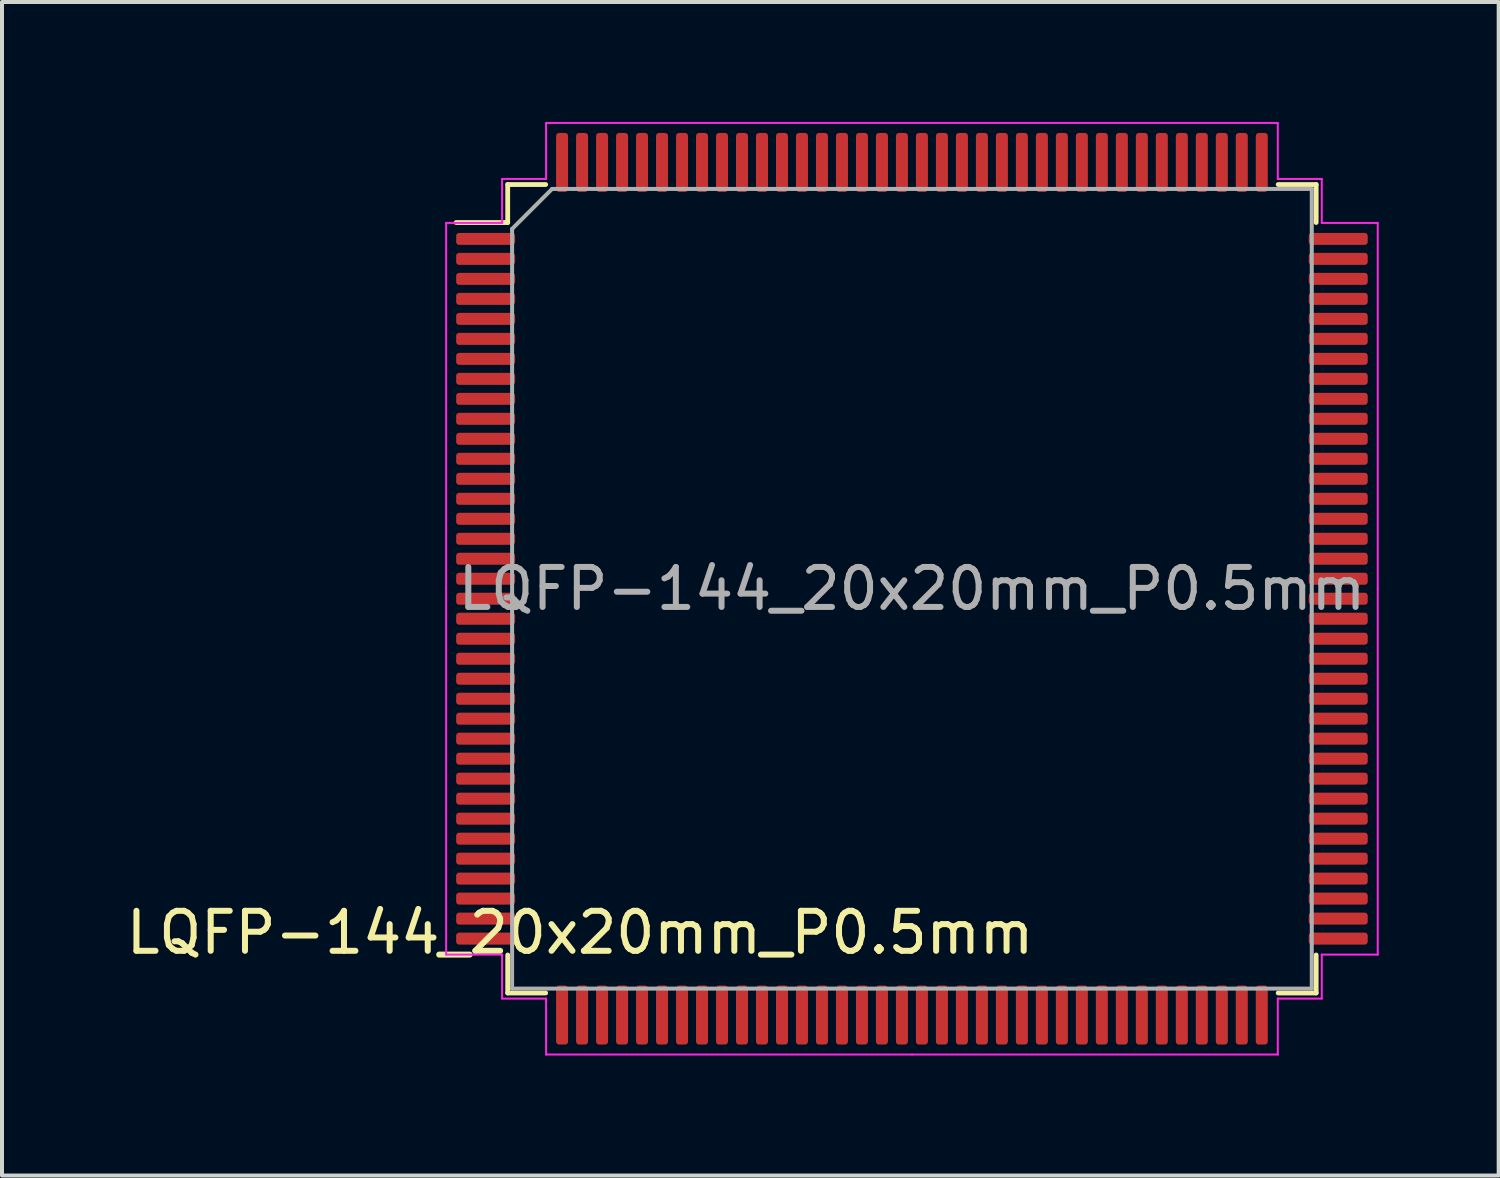
<source format=kicad_pcb>
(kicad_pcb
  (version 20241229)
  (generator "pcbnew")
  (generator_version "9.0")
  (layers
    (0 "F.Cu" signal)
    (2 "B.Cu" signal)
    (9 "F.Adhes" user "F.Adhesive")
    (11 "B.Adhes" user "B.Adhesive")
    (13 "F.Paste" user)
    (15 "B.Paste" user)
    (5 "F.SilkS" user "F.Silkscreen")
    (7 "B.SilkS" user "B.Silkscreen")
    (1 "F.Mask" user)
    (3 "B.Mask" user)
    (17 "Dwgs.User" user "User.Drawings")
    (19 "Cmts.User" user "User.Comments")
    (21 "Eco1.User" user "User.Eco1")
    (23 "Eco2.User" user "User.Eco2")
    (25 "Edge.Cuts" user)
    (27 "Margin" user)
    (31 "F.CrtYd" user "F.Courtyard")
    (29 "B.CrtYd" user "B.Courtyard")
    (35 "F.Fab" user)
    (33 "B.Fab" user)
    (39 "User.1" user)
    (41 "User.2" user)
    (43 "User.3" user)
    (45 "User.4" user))
  (footprint "LQFP-144_20x20mm_P0.5mm"
    (layer "F.Cu")
    (at 19.758 11.675)
    (property "Reference" "LQFP-144_20x20mm_P0.5mm" (at -8.3 8.6 0) (layer "F.SilkS") (effects (font (size 1 1) (thickness 0.15))))
    (attr smd)
    (fp_line (start -10.11 -10.11) (end -10.11 -9.16) (stroke (width 0.12) (type solid)) (layer "F.SilkS"))
    (fp_line (start -10.11 -9.16) (end -11.4 -9.16) (stroke (width 0.12) (type solid)) (layer "F.SilkS"))
    (fp_line (start -10.11 10.11) (end -10.11 9.16) (stroke (width 0.12) (type solid)) (layer "F.SilkS"))
    (fp_line (start -9.16 -10.11) (end -10.11 -10.11) (stroke (width 0.12) (type solid)) (layer "F.SilkS"))
    (fp_line (start -9.16 10.11) (end -10.11 10.11) (stroke (width 0.12) (type solid)) (layer "F.SilkS"))
    (fp_line (start 9.16 -10.11) (end 10.11 -10.11) (stroke (width 0.12) (type solid)) (layer "F.SilkS"))
    (fp_line (start 9.16 10.11) (end 10.11 10.11) (stroke (width 0.12) (type solid)) (layer "F.SilkS"))
    (fp_line (start 10.11 -10.11) (end 10.11 -9.16) (stroke (width 0.12) (type solid)) (layer "F.SilkS"))
    (fp_line (start 10.11 10.11) (end 10.11 9.16) (stroke (width 0.12) (type solid)) (layer "F.SilkS"))
    (fp_line (start -11.65 -9.15) (end -11.65 0) (stroke (width 0.05) (type solid)) (layer "F.CrtYd"))
    (fp_line (start -11.65 9.15) (end -11.65 0) (stroke (width 0.05) (type solid)) (layer "F.CrtYd"))
    (fp_line (start -10.25 -10.25) (end -10.25 -9.15) (stroke (width 0.05) (type solid)) (layer "F.CrtYd"))
    (fp_line (start -10.25 -9.15) (end -11.65 -9.15) (stroke (width 0.05) (type solid)) (layer "F.CrtYd"))
    (fp_line (start -10.25 9.15) (end -11.65 9.15) (stroke (width 0.05) (type solid)) (layer "F.CrtYd"))
    (fp_line (start -10.25 10.25) (end -10.25 9.15) (stroke (width 0.05) (type solid)) (layer "F.CrtYd"))
    (fp_line (start -9.15 -11.65) (end -9.15 -10.25) (stroke (width 0.05) (type solid)) (layer "F.CrtYd"))
    (fp_line (start -9.15 -10.25) (end -10.25 -10.25) (stroke (width 0.05) (type solid)) (layer "F.CrtYd"))
    (fp_line (start -9.15 10.25) (end -10.25 10.25) (stroke (width 0.05) (type solid)) (layer "F.CrtYd"))
    (fp_line (start -9.15 11.65) (end -9.15 10.25) (stroke (width 0.05) (type solid)) (layer "F.CrtYd"))
    (fp_line (start 0 -11.65) (end -9.15 -11.65) (stroke (width 0.05) (type solid)) (layer "F.CrtYd"))
    (fp_line (start 0 -11.65) (end 9.15 -11.65) (stroke (width 0.05) (type solid)) (layer "F.CrtYd"))
    (fp_line (start 0 11.65) (end -9.15 11.65) (stroke (width 0.05) (type solid)) (layer "F.CrtYd"))
    (fp_line (start 0 11.65) (end 9.15 11.65) (stroke (width 0.05) (type solid)) (layer "F.CrtYd"))
    (fp_line (start 9.15 -11.65) (end 9.15 -10.25) (stroke (width 0.05) (type solid)) (layer "F.CrtYd"))
    (fp_line (start 9.15 -10.25) (end 10.25 -10.25) (stroke (width 0.05) (type solid)) (layer "F.CrtYd"))
    (fp_line (start 9.15 10.25) (end 10.25 10.25) (stroke (width 0.05) (type solid)) (layer "F.CrtYd"))
    (fp_line (start 9.15 11.65) (end 9.15 10.25) (stroke (width 0.05) (type solid)) (layer "F.CrtYd"))
    (fp_line (start 10.25 -10.25) (end 10.25 -9.15) (stroke (width 0.05) (type solid)) (layer "F.CrtYd"))
    (fp_line (start 10.25 -9.15) (end 11.65 -9.15) (stroke (width 0.05) (type solid)) (layer "F.CrtYd"))
    (fp_line (start 10.25 9.15) (end 11.65 9.15) (stroke (width 0.05) (type solid)) (layer "F.CrtYd"))
    (fp_line (start 10.25 10.25) (end 10.25 9.15) (stroke (width 0.05) (type solid)) (layer "F.CrtYd"))
    (fp_line (start 11.65 -9.15) (end 11.65 0) (stroke (width 0.05) (type solid)) (layer "F.CrtYd"))
    (fp_line (start 11.65 9.15) (end 11.65 0) (stroke (width 0.05) (type solid)) (layer "F.CrtYd"))
    (fp_line (start -10 -9) (end -9 -10) (stroke (width 0.1) (type solid)) (layer "F.Fab"))
    (fp_line (start -10 10) (end -10 -9) (stroke (width 0.1) (type solid)) (layer "F.Fab"))
    (fp_line (start -9 -10) (end 10 -10) (stroke (width 0.1) (type solid)) (layer "F.Fab"))
    (fp_line (start 10 -10) (end 10 10) (stroke (width 0.1) (type solid)) (layer "F.Fab"))
    (fp_line (start 10 10) (end -10 10) (stroke (width 0.1) (type solid)) (layer "F.Fab"))
    (fp_text user "${REFERENCE}" (at 0 0 0) (layer "F.Fab") (effects (font (size 1 1) (thickness 0.15))))
    (pad "1" smd roundrect (at -10.662 -8.75 180) (size 1.475 0.3) (layers "F.Cu" "F.Mask" "F.Paste") (roundrect_rratio 0.25))
    (pad "2" smd roundrect (at -10.662 -8.25 180) (size 1.475 0.3) (layers "F.Cu" "F.Mask" "F.Paste") (roundrect_rratio 0.25))
    (pad "3" smd roundrect (at -10.662 -7.75 180) (size 1.475 0.3) (layers "F.Cu" "F.Mask" "F.Paste") (roundrect_rratio 0.25))
    (pad "4" smd roundrect (at -10.662 -7.25 180) (size 1.475 0.3) (layers "F.Cu" "F.Mask" "F.Paste") (roundrect_rratio 0.25))
    (pad "5" smd roundrect (at -10.662 -6.75 180) (size 1.475 0.3) (layers "F.Cu" "F.Mask" "F.Paste") (roundrect_rratio 0.25))
    (pad "6" smd roundrect (at -10.662 -6.25 180) (size 1.475 0.3) (layers "F.Cu" "F.Mask" "F.Paste") (roundrect_rratio 0.25))
    (pad "7" smd roundrect (at -10.662 -5.75 180) (size 1.475 0.3) (layers "F.Cu" "F.Mask" "F.Paste") (roundrect_rratio 0.25))
    (pad "8" smd roundrect (at -10.662 -5.25 180) (size 1.475 0.3) (layers "F.Cu" "F.Mask" "F.Paste") (roundrect_rratio 0.25))
    (pad "9" smd roundrect (at -10.662 -4.75 180) (size 1.475 0.3) (layers "F.Cu" "F.Mask" "F.Paste") (roundrect_rratio 0.25))
    (pad "10" smd roundrect (at -10.662 -4.25 180) (size 1.475 0.3) (layers "F.Cu" "F.Mask" "F.Paste") (roundrect_rratio 0.25))
    (pad "11" smd roundrect (at -10.662 -3.75 180) (size 1.475 0.3) (layers "F.Cu" "F.Mask" "F.Paste") (roundrect_rratio 0.25))
    (pad "12" smd roundrect (at -10.662 -3.25 180) (size 1.475 0.3) (layers "F.Cu" "F.Mask" "F.Paste") (roundrect_rratio 0.25))
    (pad "13" smd roundrect (at -10.662 -2.75 180) (size 1.475 0.3) (layers "F.Cu" "F.Mask" "F.Paste") (roundrect_rratio 0.25))
    (pad "14" smd roundrect (at -10.662 -2.25 180) (size 1.475 0.3) (layers "F.Cu" "F.Mask" "F.Paste") (roundrect_rratio 0.25))
    (pad "15" smd roundrect (at -10.662 -1.75 180) (size 1.475 0.3) (layers "F.Cu" "F.Mask" "F.Paste") (roundrect_rratio 0.25))
    (pad "16" smd roundrect (at -10.662 -1.25 180) (size 1.475 0.3) (layers "F.Cu" "F.Mask" "F.Paste") (roundrect_rratio 0.25))
    (pad "17" smd roundrect (at -10.662 -0.75 180) (size 1.475 0.3) (layers "F.Cu" "F.Mask" "F.Paste") (roundrect_rratio 0.25))
    (pad "18" smd roundrect (at -10.662 -0.25 180) (size 1.475 0.3) (layers "F.Cu" "F.Mask" "F.Paste") (roundrect_rratio 0.25))
    (pad "19" smd roundrect (at -10.662 0.25 180) (size 1.475 0.3) (layers "F.Cu" "F.Mask" "F.Paste") (roundrect_rratio 0.25))
    (pad "20" smd roundrect (at -10.662 0.75 180) (size 1.475 0.3) (layers "F.Cu" "F.Mask" "F.Paste") (roundrect_rratio 0.25))
    (pad "21" smd roundrect (at -10.662 1.25 180) (size 1.475 0.3) (layers "F.Cu" "F.Mask" "F.Paste") (roundrect_rratio 0.25))
    (pad "22" smd roundrect (at -10.662 1.75 180) (size 1.475 0.3) (layers "F.Cu" "F.Mask" "F.Paste") (roundrect_rratio 0.25))
    (pad "23" smd roundrect (at -10.662 2.25 180) (size 1.475 0.3) (layers "F.Cu" "F.Mask" "F.Paste") (roundrect_rratio 0.25))
    (pad "24" smd roundrect (at -10.662 2.75 180) (size 1.475 0.3) (layers "F.Cu" "F.Mask" "F.Paste") (roundrect_rratio 0.25))
    (pad "25" smd roundrect (at -10.662 3.25 180) (size 1.475 0.3) (layers "F.Cu" "F.Mask" "F.Paste") (roundrect_rratio 0.25))
    (pad "26" smd roundrect (at -10.662 3.75 180) (size 1.475 0.3) (layers "F.Cu" "F.Mask" "F.Paste") (roundrect_rratio 0.25))
    (pad "27" smd roundrect (at -10.662 4.25 180) (size 1.475 0.3) (layers "F.Cu" "F.Mask" "F.Paste") (roundrect_rratio 0.25))
    (pad "28" smd roundrect (at -10.662 4.75 180) (size 1.475 0.3) (layers "F.Cu" "F.Mask" "F.Paste") (roundrect_rratio 0.25))
    (pad "29" smd roundrect (at -10.662 5.25 180) (size 1.475 0.3) (layers "F.Cu" "F.Mask" "F.Paste") (roundrect_rratio 0.25))
    (pad "30" smd roundrect (at -10.662 5.75 180) (size 1.475 0.3) (layers "F.Cu" "F.Mask" "F.Paste") (roundrect_rratio 0.25))
    (pad "31" smd roundrect (at -10.662 6.25 180) (size 1.475 0.3) (layers "F.Cu" "F.Mask" "F.Paste") (roundrect_rratio 0.25))
    (pad "32" smd roundrect (at -10.662 6.75 180) (size 1.475 0.3) (layers "F.Cu" "F.Mask" "F.Paste") (roundrect_rratio 0.25))
    (pad "33" smd roundrect (at -10.662 7.25 180) (size 1.475 0.3) (layers "F.Cu" "F.Mask" "F.Paste") (roundrect_rratio 0.25))
    (pad "34" smd roundrect (at -10.662 7.75 180) (size 1.475 0.3) (layers "F.Cu" "F.Mask" "F.Paste") (roundrect_rratio 0.25))
    (pad "35" smd roundrect (at -10.662 8.25 180) (size 1.475 0.3) (layers "F.Cu" "F.Mask" "F.Paste") (roundrect_rratio 0.25))
    (pad "36" smd roundrect (at -10.662 8.75 180) (size 1.475 0.3) (layers "F.Cu" "F.Mask" "F.Paste") (roundrect_rratio 0.25))
    (pad "37" smd roundrect (at -8.75 10.662 180) (size 0.3 1.475) (layers "F.Cu" "F.Mask" "F.Paste") (roundrect_rratio 0.25))
    (pad "38" smd roundrect (at -8.25 10.662 180) (size 0.3 1.475) (layers "F.Cu" "F.Mask" "F.Paste") (roundrect_rratio 0.25))
    (pad "39" smd roundrect (at -7.75 10.662 180) (size 0.3 1.475) (layers "F.Cu" "F.Mask" "F.Paste") (roundrect_rratio 0.25))
    (pad "40" smd roundrect (at -7.25 10.662 180) (size 0.3 1.475) (layers "F.Cu" "F.Mask" "F.Paste") (roundrect_rratio 0.25))
    (pad "41" smd roundrect (at -6.75 10.662 180) (size 0.3 1.475) (layers "F.Cu" "F.Mask" "F.Paste") (roundrect_rratio 0.25))
    (pad "42" smd roundrect (at -6.25 10.662 180) (size 0.3 1.475) (layers "F.Cu" "F.Mask" "F.Paste") (roundrect_rratio 0.25))
    (pad "43" smd roundrect (at -5.75 10.662 180) (size 0.3 1.475) (layers "F.Cu" "F.Mask" "F.Paste") (roundrect_rratio 0.25))
    (pad "44" smd roundrect (at -5.25 10.662 180) (size 0.3 1.475) (layers "F.Cu" "F.Mask" "F.Paste") (roundrect_rratio 0.25))
    (pad "45" smd roundrect (at -4.75 10.662 180) (size 0.3 1.475) (layers "F.Cu" "F.Mask" "F.Paste") (roundrect_rratio 0.25))
    (pad "46" smd roundrect (at -4.25 10.662 180) (size 0.3 1.475) (layers "F.Cu" "F.Mask" "F.Paste") (roundrect_rratio 0.25))
    (pad "47" smd roundrect (at -3.75 10.662 180) (size 0.3 1.475) (layers "F.Cu" "F.Mask" "F.Paste") (roundrect_rratio 0.25))
    (pad "48" smd roundrect (at -3.25 10.662 180) (size 0.3 1.475) (layers "F.Cu" "F.Mask" "F.Paste") (roundrect_rratio 0.25))
    (pad "49" smd roundrect (at -2.75 10.662 180) (size 0.3 1.475) (layers "F.Cu" "F.Mask" "F.Paste") (roundrect_rratio 0.25))
    (pad "50" smd roundrect (at -2.25 10.662 180) (size 0.3 1.475) (layers "F.Cu" "F.Mask" "F.Paste") (roundrect_rratio 0.25))
    (pad "51" smd roundrect (at -1.75 10.662 180) (size 0.3 1.475) (layers "F.Cu" "F.Mask" "F.Paste") (roundrect_rratio 0.25))
    (pad "52" smd roundrect (at -1.25 10.662 180) (size 0.3 1.475) (layers "F.Cu" "F.Mask" "F.Paste") (roundrect_rratio 0.25))
    (pad "53" smd roundrect (at -0.75 10.662 180) (size 0.3 1.475) (layers "F.Cu" "F.Mask" "F.Paste") (roundrect_rratio 0.25))
    (pad "54" smd roundrect (at -0.25 10.662 180) (size 0.3 1.475) (layers "F.Cu" "F.Mask" "F.Paste") (roundrect_rratio 0.25))
    (pad "55" smd roundrect (at 0.25 10.662 180) (size 0.3 1.475) (layers "F.Cu" "F.Mask" "F.Paste") (roundrect_rratio 0.25))
    (pad "56" smd roundrect (at 0.75 10.662 180) (size 0.3 1.475) (layers "F.Cu" "F.Mask" "F.Paste") (roundrect_rratio 0.25))
    (pad "57" smd roundrect (at 1.25 10.662 180) (size 0.3 1.475) (layers "F.Cu" "F.Mask" "F.Paste") (roundrect_rratio 0.25))
    (pad "58" smd roundrect (at 1.75 10.662 180) (size 0.3 1.475) (layers "F.Cu" "F.Mask" "F.Paste") (roundrect_rratio 0.25))
    (pad "59" smd roundrect (at 2.25 10.662 180) (size 0.3 1.475) (layers "F.Cu" "F.Mask" "F.Paste") (roundrect_rratio 0.25))
    (pad "60" smd roundrect (at 2.75 10.662 180) (size 0.3 1.475) (layers "F.Cu" "F.Mask" "F.Paste") (roundrect_rratio 0.25))
    (pad "61" smd roundrect (at 3.25 10.662 180) (size 0.3 1.475) (layers "F.Cu" "F.Mask" "F.Paste") (roundrect_rratio 0.25))
    (pad "62" smd roundrect (at 3.75 10.662 180) (size 0.3 1.475) (layers "F.Cu" "F.Mask" "F.Paste") (roundrect_rratio 0.25))
    (pad "63" smd roundrect (at 4.25 10.662 180) (size 0.3 1.475) (layers "F.Cu" "F.Mask" "F.Paste") (roundrect_rratio 0.25))
    (pad "64" smd roundrect (at 4.75 10.662 180) (size 0.3 1.475) (layers "F.Cu" "F.Mask" "F.Paste") (roundrect_rratio 0.25))
    (pad "65" smd roundrect (at 5.25 10.662 180) (size 0.3 1.475) (layers "F.Cu" "F.Mask" "F.Paste") (roundrect_rratio 0.25))
    (pad "66" smd roundrect (at 5.75 10.662 180) (size 0.3 1.475) (layers "F.Cu" "F.Mask" "F.Paste") (roundrect_rratio 0.25))
    (pad "67" smd roundrect (at 6.25 10.662 180) (size 0.3 1.475) (layers "F.Cu" "F.Mask" "F.Paste") (roundrect_rratio 0.25))
    (pad "68" smd roundrect (at 6.75 10.662 180) (size 0.3 1.475) (layers "F.Cu" "F.Mask" "F.Paste") (roundrect_rratio 0.25))
    (pad "69" smd roundrect (at 7.25 10.662 180) (size 0.3 1.475) (layers "F.Cu" "F.Mask" "F.Paste") (roundrect_rratio 0.25))
    (pad "70" smd roundrect (at 7.75 10.662 180) (size 0.3 1.475) (layers "F.Cu" "F.Mask" "F.Paste") (roundrect_rratio 0.25))
    (pad "71" smd roundrect (at 8.25 10.662 180) (size 0.3 1.475) (layers "F.Cu" "F.Mask" "F.Paste") (roundrect_rratio 0.25))
    (pad "72" smd roundrect (at 8.75 10.662 180) (size 0.3 1.475) (layers "F.Cu" "F.Mask" "F.Paste") (roundrect_rratio 0.25))
    (pad "73" smd roundrect (at 10.662 8.75 180) (size 1.475 0.3) (layers "F.Cu" "F.Mask" "F.Paste") (roundrect_rratio 0.25))
    (pad "74" smd roundrect (at 10.662 8.25 180) (size 1.475 0.3) (layers "F.Cu" "F.Mask" "F.Paste") (roundrect_rratio 0.25))
    (pad "75" smd roundrect (at 10.662 7.75 180) (size 1.475 0.3) (layers "F.Cu" "F.Mask" "F.Paste") (roundrect_rratio 0.25))
    (pad "76" smd roundrect (at 10.662 7.25 180) (size 1.475 0.3) (layers "F.Cu" "F.Mask" "F.Paste") (roundrect_rratio 0.25))
    (pad "77" smd roundrect (at 10.662 6.75 180) (size 1.475 0.3) (layers "F.Cu" "F.Mask" "F.Paste") (roundrect_rratio 0.25))
    (pad "78" smd roundrect (at 10.662 6.25 180) (size 1.475 0.3) (layers "F.Cu" "F.Mask" "F.Paste") (roundrect_rratio 0.25))
    (pad "79" smd roundrect (at 10.662 5.75 180) (size 1.475 0.3) (layers "F.Cu" "F.Mask" "F.Paste") (roundrect_rratio 0.25))
    (pad "80" smd roundrect (at 10.662 5.25 180) (size 1.475 0.3) (layers "F.Cu" "F.Mask" "F.Paste") (roundrect_rratio 0.25))
    (pad "81" smd roundrect (at 10.662 4.75 180) (size 1.475 0.3) (layers "F.Cu" "F.Mask" "F.Paste") (roundrect_rratio 0.25))
    (pad "82" smd roundrect (at 10.662 4.25 180) (size 1.475 0.3) (layers "F.Cu" "F.Mask" "F.Paste") (roundrect_rratio 0.25))
    (pad "83" smd roundrect (at 10.662 3.75 180) (size 1.475 0.3) (layers "F.Cu" "F.Mask" "F.Paste") (roundrect_rratio 0.25))
    (pad "84" smd roundrect (at 10.662 3.25 180) (size 1.475 0.3) (layers "F.Cu" "F.Mask" "F.Paste") (roundrect_rratio 0.25))
    (pad "85" smd roundrect (at 10.662 2.75 180) (size 1.475 0.3) (layers "F.Cu" "F.Mask" "F.Paste") (roundrect_rratio 0.25))
    (pad "86" smd roundrect (at 10.662 2.25 180) (size 1.475 0.3) (layers "F.Cu" "F.Mask" "F.Paste") (roundrect_rratio 0.25))
    (pad "87" smd roundrect (at 10.662 1.75 180) (size 1.475 0.3) (layers "F.Cu" "F.Mask" "F.Paste") (roundrect_rratio 0.25))
    (pad "88" smd roundrect (at 10.662 1.25 180) (size 1.475 0.3) (layers "F.Cu" "F.Mask" "F.Paste") (roundrect_rratio 0.25))
    (pad "89" smd roundrect (at 10.662 0.75 180) (size 1.475 0.3) (layers "F.Cu" "F.Mask" "F.Paste") (roundrect_rratio 0.25))
    (pad "90" smd roundrect (at 10.662 0.25 180) (size 1.475 0.3) (layers "F.Cu" "F.Mask" "F.Paste") (roundrect_rratio 0.25))
    (pad "91" smd roundrect (at 10.662 -0.25 180) (size 1.475 0.3) (layers "F.Cu" "F.Mask" "F.Paste") (roundrect_rratio 0.25))
    (pad "92" smd roundrect (at 10.662 -0.75 180) (size 1.475 0.3) (layers "F.Cu" "F.Mask" "F.Paste") (roundrect_rratio 0.25))
    (pad "93" smd roundrect (at 10.662 -1.25 180) (size 1.475 0.3) (layers "F.Cu" "F.Mask" "F.Paste") (roundrect_rratio 0.25))
    (pad "94" smd roundrect (at 10.662 -1.75 180) (size 1.475 0.3) (layers "F.Cu" "F.Mask" "F.Paste") (roundrect_rratio 0.25))
    (pad "95" smd roundrect (at 10.662 -2.25 180) (size 1.475 0.3) (layers "F.Cu" "F.Mask" "F.Paste") (roundrect_rratio 0.25))
    (pad "96" smd roundrect (at 10.662 -2.75 180) (size 1.475 0.3) (layers "F.Cu" "F.Mask" "F.Paste") (roundrect_rratio 0.25))
    (pad "97" smd roundrect (at 10.662 -3.25 180) (size 1.475 0.3) (layers "F.Cu" "F.Mask" "F.Paste") (roundrect_rratio 0.25))
    (pad "98" smd roundrect (at 10.662 -3.75 180) (size 1.475 0.3) (layers "F.Cu" "F.Mask" "F.Paste") (roundrect_rratio 0.25))
    (pad "99" smd roundrect (at 10.662 -4.25 180) (size 1.475 0.3) (layers "F.Cu" "F.Mask" "F.Paste") (roundrect_rratio 0.25))
    (pad "100" smd roundrect (at 10.662 -4.75 180) (size 1.475 0.3) (layers "F.Cu" "F.Mask" "F.Paste") (roundrect_rratio 0.25))
    (pad "101" smd roundrect (at 10.662 -5.25 180) (size 1.475 0.3) (layers "F.Cu" "F.Mask" "F.Paste") (roundrect_rratio 0.25))
    (pad "102" smd roundrect (at 10.662 -5.75 180) (size 1.475 0.3) (layers "F.Cu" "F.Mask" "F.Paste") (roundrect_rratio 0.25))
    (pad "103" smd roundrect (at 10.662 -6.25 180) (size 1.475 0.3) (layers "F.Cu" "F.Mask" "F.Paste") (roundrect_rratio 0.25))
    (pad "104" smd roundrect (at 10.662 -6.75 180) (size 1.475 0.3) (layers "F.Cu" "F.Mask" "F.Paste") (roundrect_rratio 0.25))
    (pad "105" smd roundrect (at 10.662 -7.25 180) (size 1.475 0.3) (layers "F.Cu" "F.Mask" "F.Paste") (roundrect_rratio 0.25))
    (pad "106" smd roundrect (at 10.662 -7.75 180) (size 1.475 0.3) (layers "F.Cu" "F.Mask" "F.Paste") (roundrect_rratio 0.25))
    (pad "107" smd roundrect (at 10.662 -8.25 180) (size 1.475 0.3) (layers "F.Cu" "F.Mask" "F.Paste") (roundrect_rratio 0.25))
    (pad "108" smd roundrect (at 10.662 -8.75 180) (size 1.475 0.3) (layers "F.Cu" "F.Mask" "F.Paste") (roundrect_rratio 0.25))
    (pad "109" smd roundrect (at 8.75 -10.662 180) (size 0.3 1.475) (layers "F.Cu" "F.Mask" "F.Paste") (roundrect_rratio 0.25))
    (pad "110" smd roundrect (at 8.25 -10.662 180) (size 0.3 1.475) (layers "F.Cu" "F.Mask" "F.Paste") (roundrect_rratio 0.25))
    (pad "111" smd roundrect (at 7.75 -10.662 180) (size 0.3 1.475) (layers "F.Cu" "F.Mask" "F.Paste") (roundrect_rratio 0.25))
    (pad "112" smd roundrect (at 7.25 -10.662 180) (size 0.3 1.475) (layers "F.Cu" "F.Mask" "F.Paste") (roundrect_rratio 0.25))
    (pad "113" smd roundrect (at 6.75 -10.662 180) (size 0.3 1.475) (layers "F.Cu" "F.Mask" "F.Paste") (roundrect_rratio 0.25))
    (pad "114" smd roundrect (at 6.25 -10.662 180) (size 0.3 1.475) (layers "F.Cu" "F.Mask" "F.Paste") (roundrect_rratio 0.25))
    (pad "115" smd roundrect (at 5.75 -10.662 180) (size 0.3 1.475) (layers "F.Cu" "F.Mask" "F.Paste") (roundrect_rratio 0.25))
    (pad "116" smd roundrect (at 5.25 -10.662 180) (size 0.3 1.475) (layers "F.Cu" "F.Mask" "F.Paste") (roundrect_rratio 0.25))
    (pad "117" smd roundrect (at 4.75 -10.662 180) (size 0.3 1.475) (layers "F.Cu" "F.Mask" "F.Paste") (roundrect_rratio 0.25))
    (pad "118" smd roundrect (at 4.25 -10.662 180) (size 0.3 1.475) (layers "F.Cu" "F.Mask" "F.Paste") (roundrect_rratio 0.25))
    (pad "119" smd roundrect (at 3.75 -10.662 180) (size 0.3 1.475) (layers "F.Cu" "F.Mask" "F.Paste") (roundrect_rratio 0.25))
    (pad "120" smd roundrect (at 3.25 -10.662 180) (size 0.3 1.475) (layers "F.Cu" "F.Mask" "F.Paste") (roundrect_rratio 0.25))
    (pad "121" smd roundrect (at 2.75 -10.662 180) (size 0.3 1.475) (layers "F.Cu" "F.Mask" "F.Paste") (roundrect_rratio 0.25))
    (pad "122" smd roundrect (at 2.25 -10.662 180) (size 0.3 1.475) (layers "F.Cu" "F.Mask" "F.Paste") (roundrect_rratio 0.25))
    (pad "123" smd roundrect (at 1.75 -10.662 180) (size 0.3 1.475) (layers "F.Cu" "F.Mask" "F.Paste") (roundrect_rratio 0.25))
    (pad "124" smd roundrect (at 1.25 -10.662 180) (size 0.3 1.475) (layers "F.Cu" "F.Mask" "F.Paste") (roundrect_rratio 0.25))
    (pad "125" smd roundrect (at 0.75 -10.662 180) (size 0.3 1.475) (layers "F.Cu" "F.Mask" "F.Paste") (roundrect_rratio 0.25))
    (pad "126" smd roundrect (at 0.25 -10.662 180) (size 0.3 1.475) (layers "F.Cu" "F.Mask" "F.Paste") (roundrect_rratio 0.25))
    (pad "127" smd roundrect (at -0.25 -10.662 180) (size 0.3 1.475) (layers "F.Cu" "F.Mask" "F.Paste") (roundrect_rratio 0.25))
    (pad "128" smd roundrect (at -0.75 -10.662 180) (size 0.3 1.475) (layers "F.Cu" "F.Mask" "F.Paste") (roundrect_rratio 0.25))
    (pad "129" smd roundrect (at -1.25 -10.662 180) (size 0.3 1.475) (layers "F.Cu" "F.Mask" "F.Paste") (roundrect_rratio 0.25))
    (pad "130" smd roundrect (at -1.75 -10.662 180) (size 0.3 1.475) (layers "F.Cu" "F.Mask" "F.Paste") (roundrect_rratio 0.25))
    (pad "131" smd roundrect (at -2.25 -10.662 180) (size 0.3 1.475) (layers "F.Cu" "F.Mask" "F.Paste") (roundrect_rratio 0.25))
    (pad "132" smd roundrect (at -2.75 -10.662 180) (size 0.3 1.475) (layers "F.Cu" "F.Mask" "F.Paste") (roundrect_rratio 0.25))
    (pad "133" smd roundrect (at -3.25 -10.662 180) (size 0.3 1.475) (layers "F.Cu" "F.Mask" "F.Paste") (roundrect_rratio 0.25))
    (pad "134" smd roundrect (at -3.75 -10.662 180) (size 0.3 1.475) (layers "F.Cu" "F.Mask" "F.Paste") (roundrect_rratio 0.25))
    (pad "135" smd roundrect (at -4.25 -10.662 180) (size 0.3 1.475) (layers "F.Cu" "F.Mask" "F.Paste") (roundrect_rratio 0.25))
    (pad "136" smd roundrect (at -4.75 -10.662 180) (size 0.3 1.475) (layers "F.Cu" "F.Mask" "F.Paste") (roundrect_rratio 0.25))
    (pad "137" smd roundrect (at -5.25 -10.662 180) (size 0.3 1.475) (layers "F.Cu" "F.Mask" "F.Paste") (roundrect_rratio 0.25))
    (pad "138" smd roundrect (at -5.75 -10.662 180) (size 0.3 1.475) (layers "F.Cu" "F.Mask" "F.Paste") (roundrect_rratio 0.25))
    (pad "139" smd roundrect (at -6.25 -10.662 180) (size 0.3 1.475) (layers "F.Cu" "F.Mask" "F.Paste") (roundrect_rratio 0.25))
    (pad "140" smd roundrect (at -6.75 -10.662 180) (size 0.3 1.475) (layers "F.Cu" "F.Mask" "F.Paste") (roundrect_rratio 0.25))
    (pad "141" smd roundrect (at -7.25 -10.662 180) (size 0.3 1.475) (layers "F.Cu" "F.Mask" "F.Paste") (roundrect_rratio 0.25))
    (pad "142" smd roundrect (at -7.75 -10.662 180) (size 0.3 1.475) (layers "F.Cu" "F.Mask" "F.Paste") (roundrect_rratio 0.25))
    (pad "143" smd roundrect (at -8.25 -10.662 180) (size 0.3 1.475) (layers "F.Cu" "F.Mask" "F.Paste") (roundrect_rratio 0.25))
    (pad "144" smd roundrect (at -8.75 -10.662 180) (size 0.3 1.475) (layers "F.Cu" "F.Mask" "F.Paste") (roundrect_rratio 0.25)))
  (gr_rect
    (start -3 -3)
    (end 34.433 26.35)
    (stroke (width 0.1) (type default))
    (fill no)
    (layer "Edge.Cuts")))
</source>
